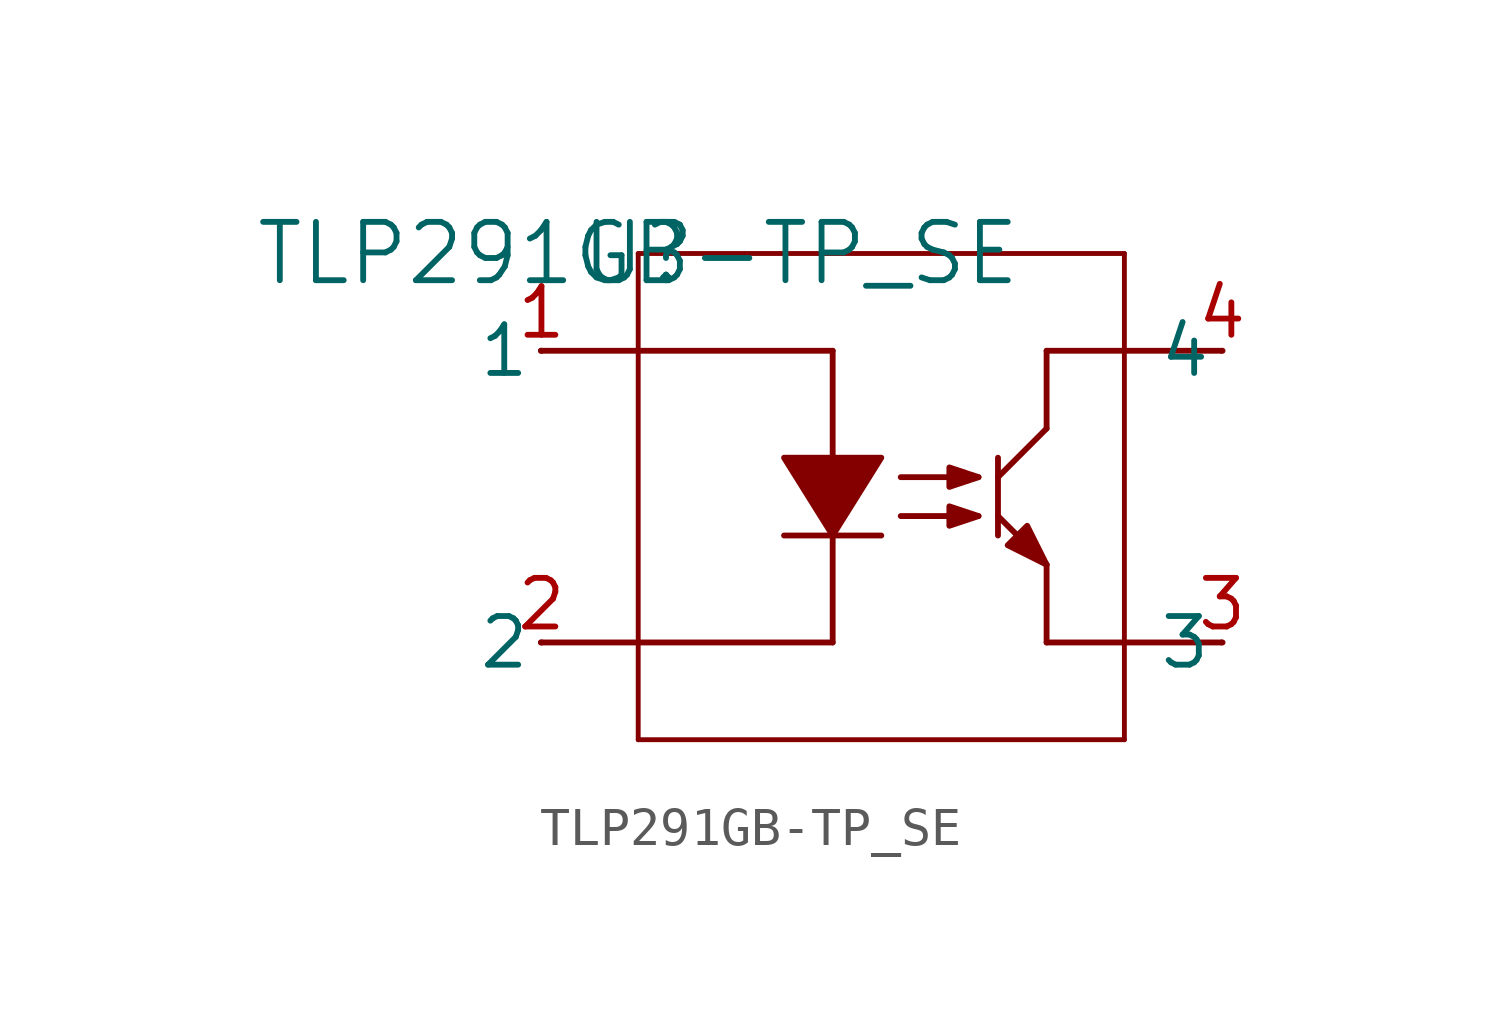
<source format=kicad_sym>
(kicad_symbol_lib
  (version 20211014)
  (generator kicad_symbol_editor)
  (symbol "TLP291GB-TP_SE"
    (pin_names
      (offset 0.254))
    (property "Reference" "U"
      (at 0 0 0)
      (effects (font (size 1.524 1.524))))
    (property "Value" "TLP291GB-TP_SE"
      (at 0 0 0)
      (effects (font (size 1.524 1.524))))
    (symbol "TLP291GB-TP_SE_0_1"
      (polyline (pts (xy 10.668 -8.128) (xy 10.668 -8.128) (xy 10.16 -7.112) (xy 9.652 -7.62) (xy 10.668 -8.128)) (stroke (width 0) (type default) (color 0 0 0 0)) (fill (type outline)))
      (polyline (pts (xy -2.54 -2.54) (xy 0 -2.54)) (stroke (width 0) (type default) (color 0 0 0 0)) (fill (type none)))
      (polyline (pts (xy -2.54 -10.16) (xy 0 -10.16)) (stroke (width 0) (type default) (color 0 0 0 0)) (fill (type none)))
      (polyline (pts (xy 15.24 -10.16) (xy 12.7 -10.16)) (stroke (width 0) (type default) (color 0 0 0 0)) (fill (type none)))
      (polyline (pts (xy 15.24 -2.54) (xy 12.7 -2.54)) (stroke (width 0) (type default) (color 0 0 0 0)) (fill (type none)))
      (polyline (pts (xy 0 -12.7) (xy 0 0)) (stroke (width 0.127) (type default) (color 0 0 0 0)) (fill (type none)))
      (polyline (pts (xy 0 0) (xy 12.7 0)) (stroke (width 0.127) (type default) (color 0 0 0 0)) (fill (type none)))
      (polyline (pts (xy 12.7 0) (xy 12.7 -12.7)) (stroke (width 0.127) (type default) (color 0 0 0 0)) (fill (type none)))
      (polyline (pts (xy 12.7 -12.7) (xy 0 -12.7)) (stroke (width 0.127) (type default) (color 0 0 0 0)) (fill (type none)))
      (polyline (pts (xy 0 -2.54) (xy 5.08 -2.54)) (stroke (width 0) (type default) (color 0 0 0 0)) (fill (type none)))
      (polyline (pts (xy 0 -10.16) (xy 5.08 -10.16)) (stroke (width 0) (type default) (color 0 0 0 0)) (fill (type none)))
      (polyline (pts (xy 5.08 -2.54) (xy 5.08 -5.334)) (stroke (width 0) (type default) (color 0 0 0 0)) (fill (type none)))
      (polyline (pts (xy 5.08 -10.16) (xy 5.08 -7.366)) (stroke (width 0) (type default) (color 0 0 0 0)) (fill (type none)))
      (polyline (pts (xy 3.81 -7.366) (xy 6.35 -7.366)) (stroke (width 0) (type default) (color 0 0 0 0)) (fill (type none)))
      (polyline (pts (xy 10.668 -2.54) (xy 12.7 -2.54)) (stroke (width 0) (type default) (color 0 0 0 0)) (fill (type none)))
      (polyline (pts (xy 10.668 -10.16) (xy 12.7 -10.16)) (stroke (width 0) (type default) (color 0 0 0 0)) (fill (type none)))
      (polyline (pts (xy 6.858 -5.842) (xy 8.89 -5.842)) (stroke (width 0) (type default) (color 0 0 0 0)) (fill (type none)))
      (polyline (pts (xy 9.398 -5.334) (xy 9.398 -7.366)) (stroke (width 0) (type default) (color 0 0 0 0)) (fill (type none)))
      (polyline (pts (xy 6.858 -6.858) (xy 8.89 -6.858)) (stroke (width 0) (type default) (color 0 0 0 0)) (fill (type none)))
      (polyline (pts (xy 10.668 -2.54) (xy 10.668 -4.572)) (stroke (width 0) (type default) (color 0 0 0 0)) (fill (type none)))
      (polyline (pts (xy 10.668 -10.16) (xy 10.668 -8.128)) (stroke (width 0) (type default) (color 0 0 0 0)) (fill (type none)))
      (polyline (pts (xy 10.668 -8.128) (xy 9.398 -6.858)) (stroke (width 0) (type default) (color 0 0 0 0)) (fill (type none)))
      (polyline (pts (xy 10.668 -4.572) (xy 9.398 -5.842)) (stroke (width 0) (type default) (color 0 0 0 0)) (fill (type none)))
      (polyline (pts (xy 3.81 -5.334) (xy 3.81 -5.334) (xy 6.35 -5.334) (xy 5.08 -7.366) (xy 3.81 -5.334)) (stroke (width 0) (type default) (color 0 0 0 0)) (fill (type outline)))
      (polyline (pts (xy 8.128 -5.588) (xy 8.128 -5.588) (xy 8.128 -6.096) (xy 8.89 -5.842) (xy 8.128 -5.588)) (stroke (width 0) (type default) (color 0 0 0 0)) (fill (type outline)))
      (polyline (pts (xy 8.128 -6.604) (xy 8.128 -6.604) (xy 8.128 -7.112) (xy 8.89 -6.858) (xy 8.128 -6.604)) (stroke (width 0) (type default) (color 0 0 0 0)) (fill (type outline)))
      (pin unspecified line (at -2.515 -2.54 180) (length 0.025) (name "1" (effects (font (size 1.27 1.27)))) (number "1" (effects (font (size 1.27 1.27)))))
      (pin unspecified line (at -2.515 -10.16 180) (length 0.025) (name "2" (effects (font (size 1.27 1.27)))) (number "2" (effects (font (size 1.27 1.27)))))
      (pin unspecified line (at 15.265 -10.16 180) (length 0.025) (name "3" (effects (font (size 1.27 1.27)))) (number "3" (effects (font (size 1.27 1.27)))))
      (pin unspecified line (at 15.265 -2.54 180) (length 0.025) (name "4" (effects (font (size 1.27 1.27)))) (number "4" (effects (font (size 1.27 1.27))))))))
</source>
